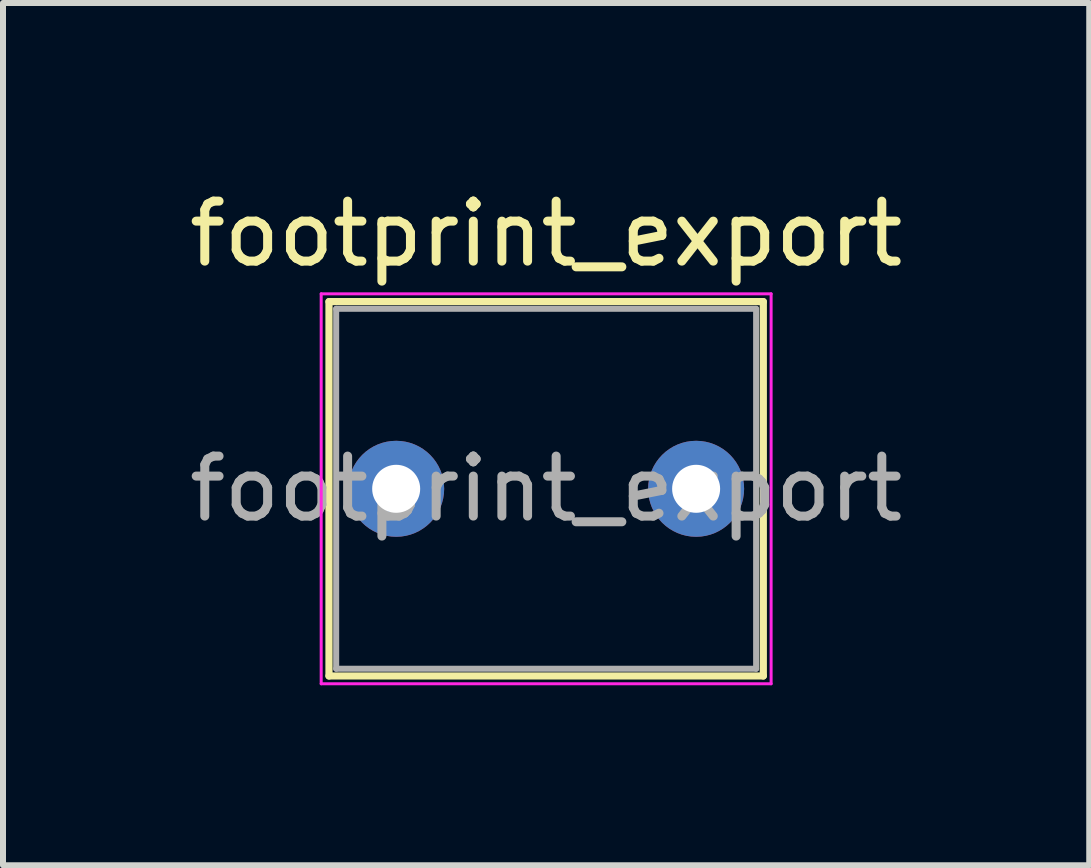
<source format=kicad_pcb>
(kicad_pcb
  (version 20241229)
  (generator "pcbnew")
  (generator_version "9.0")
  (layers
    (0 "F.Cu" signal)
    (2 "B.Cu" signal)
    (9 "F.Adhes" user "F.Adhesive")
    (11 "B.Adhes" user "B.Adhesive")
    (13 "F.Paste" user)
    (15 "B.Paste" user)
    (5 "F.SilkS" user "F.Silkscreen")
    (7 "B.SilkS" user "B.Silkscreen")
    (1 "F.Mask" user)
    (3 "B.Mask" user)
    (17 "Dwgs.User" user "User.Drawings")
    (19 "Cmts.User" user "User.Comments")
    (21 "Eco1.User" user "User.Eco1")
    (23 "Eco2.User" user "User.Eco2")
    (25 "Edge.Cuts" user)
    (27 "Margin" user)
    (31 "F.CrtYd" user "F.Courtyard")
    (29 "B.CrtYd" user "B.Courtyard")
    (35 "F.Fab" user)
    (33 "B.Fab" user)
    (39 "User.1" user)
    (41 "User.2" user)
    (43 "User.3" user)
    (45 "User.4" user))
  (footprint "footprint_export"
    (layer "F.Cu")
    (at 3.554 5.098)
    (property "Reference" "footprint_export" (at 2.5 -4.25 0) (layer "F.SilkS") (effects (font (size 1 1) (thickness 0.15))))
    (attr through_hole)
    (fp_line (start -1.12 -3.12) (end -1.12 3.12) (stroke (width 0.12) (type solid)) (layer "F.SilkS"))
    (fp_line (start -1.12 -3.12) (end 6.12 -3.12) (stroke (width 0.12) (type solid)) (layer "F.SilkS"))
    (fp_line (start -1.12 3.12) (end 6.12 3.12) (stroke (width 0.12) (type solid)) (layer "F.SilkS"))
    (fp_line (start 6.12 -3.12) (end 6.12 3.12) (stroke (width 0.12) (type solid)) (layer "F.SilkS"))
    (fp_line (start -1.25 -3.25) (end -1.25 3.25) (stroke (width 0.05) (type solid)) (layer "F.CrtYd"))
    (fp_line (start -1.25 3.25) (end 6.25 3.25) (stroke (width 0.05) (type solid)) (layer "F.CrtYd"))
    (fp_line (start 6.25 -3.25) (end -1.25 -3.25) (stroke (width 0.05) (type solid)) (layer "F.CrtYd"))
    (fp_line (start 6.25 3.25) (end 6.25 -3.25) (stroke (width 0.05) (type solid)) (layer "F.CrtYd"))
    (fp_line (start -1 -3) (end -1 3) (stroke (width 0.1) (type solid)) (layer "F.Fab"))
    (fp_line (start -1 3) (end 6 3) (stroke (width 0.1) (type solid)) (layer "F.Fab"))
    (fp_line (start 6 -3) (end -1 -3) (stroke (width 0.1) (type solid)) (layer "F.Fab"))
    (fp_line (start 6 3) (end 6 -3) (stroke (width 0.1) (type solid)) (layer "F.Fab"))
    (fp_text user "${REFERENCE}" (at 2.5 0 0) (layer "F.Fab") (effects (font (size 1 1) (thickness 0.15))))
    (pad "1" thru_hole circle (at 0 0) (size 1.6 1.6) (drill 0.8) (layers "*.Cu" "*.Mask"))
    (pad "2" thru_hole circle (at 5 0) (size 1.6 1.6) (drill 0.8) (layers "*.Cu" "*.Mask")))
  (gr_rect
    (start -3 -3)
    (end 15.107 11.373)
    (stroke (width 0.1) (type default))
    (fill no)
    (layer "Edge.Cuts")))
</source>
